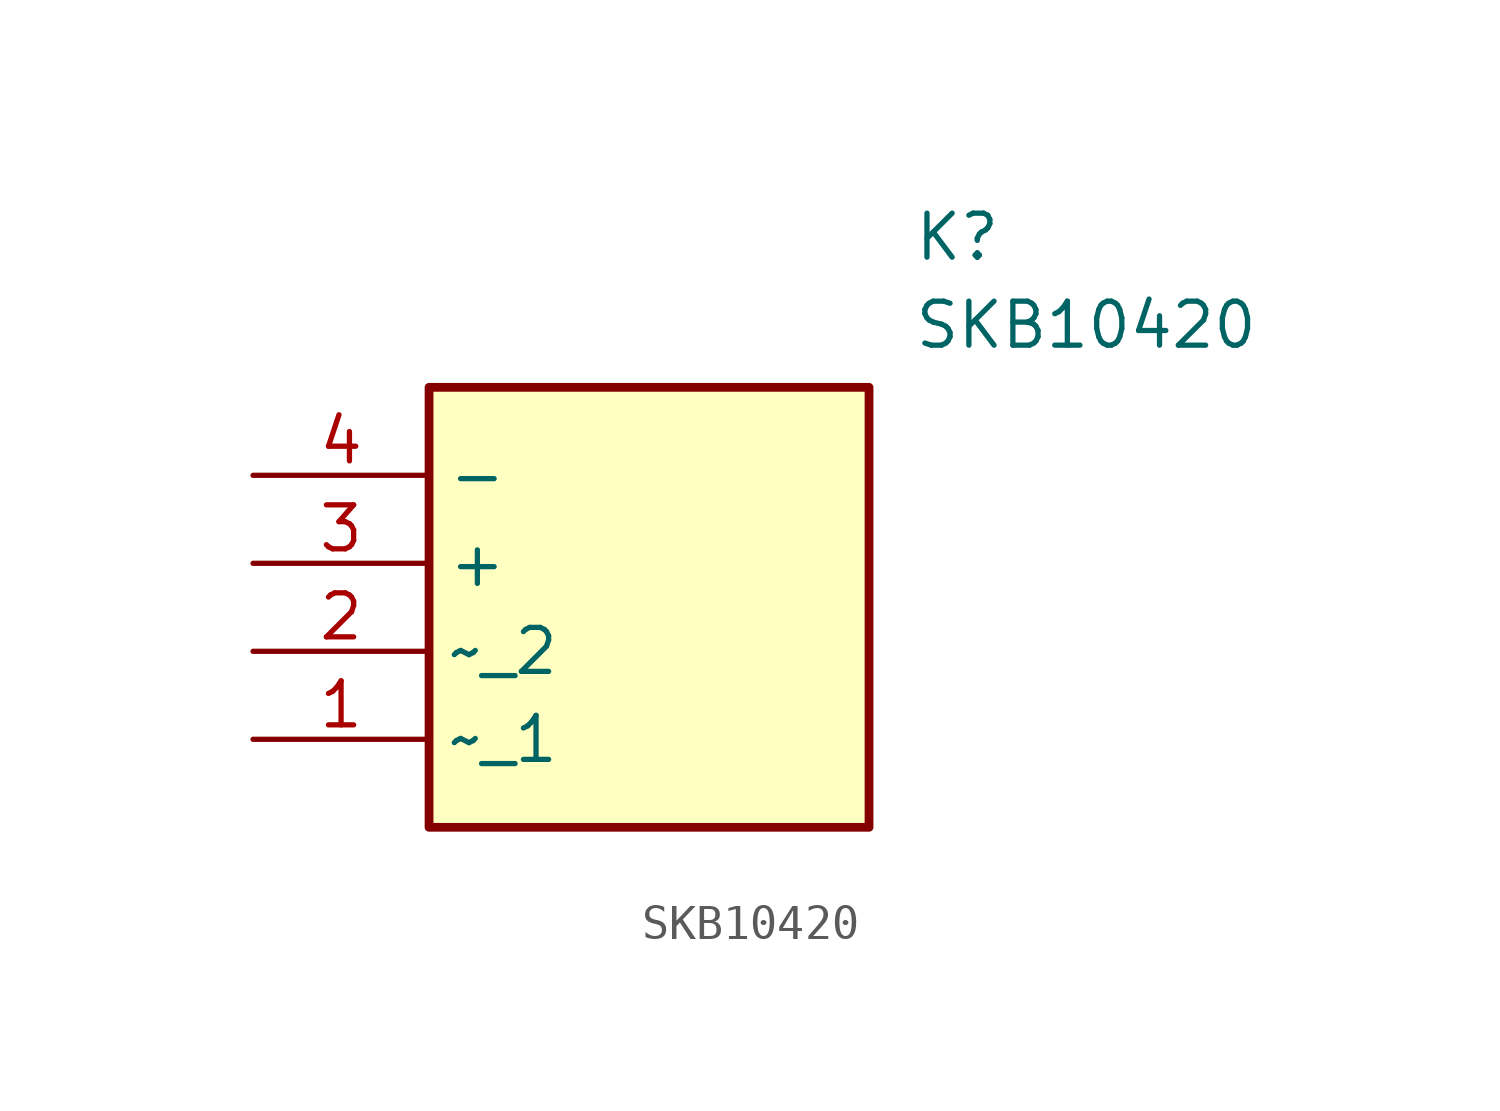
<source format=kicad_sym>
(kicad_symbol_lib
  (version 20211014)
  (generator SamacSys_ECAD_Model)
  (symbol "SKB10420"
    (property "Reference" "K"
      (at 19.05 7.62 0)
      (effects (font (size 1.27 1.27)) (justify left top)))
    (property "Value" "SKB10420"
      (at 19.05 5.08 0)
      (effects (font (size 1.27 1.27)) (justify left top)))
    (rectangle
      (start 5.08 2.54)
      (end 17.78 -10.16)
      (stroke (width 0.254) (type default))
      (fill (type background)))
    (pin passive line
      (at 0 -7.62 0)
      (length 5.08)
      (name "~_1" (effects (font (size 1.27 1.27))))
      (number "1" (effects (font (size 1.27 1.27)))))
    (pin passive line
      (at 0 -5.08 0)
      (length 5.08)
      (name "~_2" (effects (font (size 1.27 1.27))))
      (number "2" (effects (font (size 1.27 1.27)))))
    (pin passive line
      (at 0 -2.54 0)
      (length 5.08)
      (name "+" (effects (font (size 1.27 1.27))))
      (number "3" (effects (font (size 1.27 1.27)))))
    (pin passive line
      (at 0 0 0)
      (length 5.08)
      (name "-" (effects (font (size 1.27 1.27))))
      (number "4" (effects (font (size 1.27 1.27)))))))
</source>
